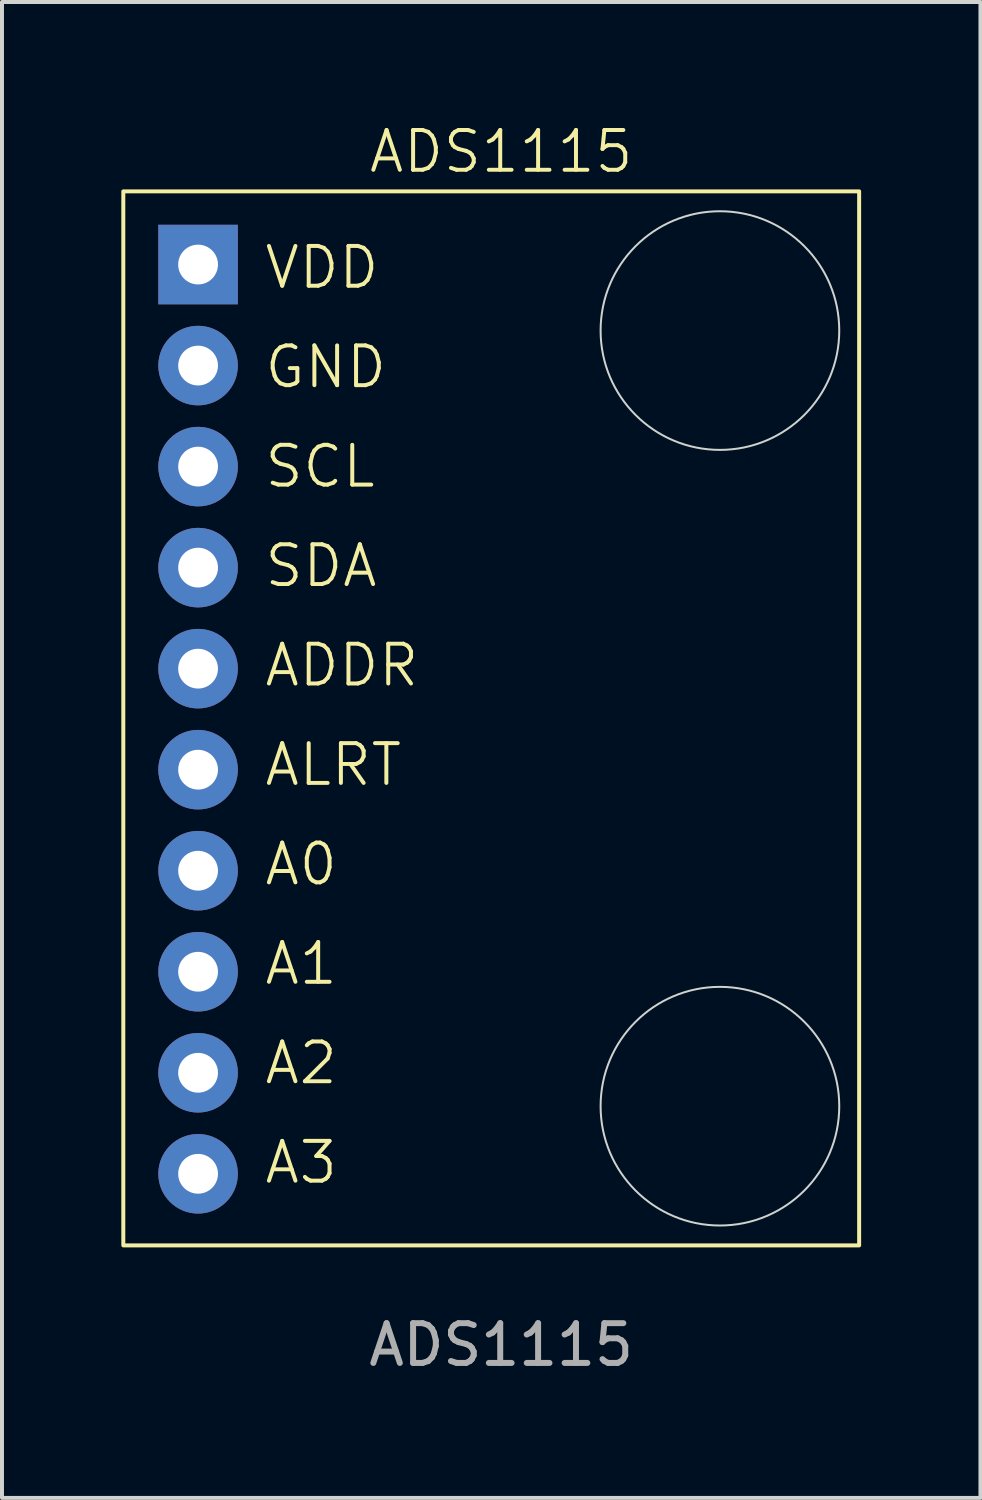
<source format=kicad_pcb>
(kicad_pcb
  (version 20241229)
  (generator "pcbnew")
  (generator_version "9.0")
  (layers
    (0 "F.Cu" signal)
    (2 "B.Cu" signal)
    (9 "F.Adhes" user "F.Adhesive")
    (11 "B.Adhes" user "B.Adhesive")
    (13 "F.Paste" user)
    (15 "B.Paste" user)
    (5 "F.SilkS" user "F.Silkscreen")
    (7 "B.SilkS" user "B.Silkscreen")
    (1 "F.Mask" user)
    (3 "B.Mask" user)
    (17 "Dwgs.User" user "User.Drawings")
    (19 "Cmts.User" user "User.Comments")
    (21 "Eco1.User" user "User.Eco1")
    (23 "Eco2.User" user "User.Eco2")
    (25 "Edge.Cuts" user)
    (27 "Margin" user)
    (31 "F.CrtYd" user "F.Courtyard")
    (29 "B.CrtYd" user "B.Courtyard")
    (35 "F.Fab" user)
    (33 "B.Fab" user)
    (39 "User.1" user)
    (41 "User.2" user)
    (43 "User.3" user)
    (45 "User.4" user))
  (footprint "ADS1115"
    (layer "F.Cu")
    (at 9.55 13.761)
    (property "Reference" "ADS1115" (at 0 -13 0) (unlocked yes) (layer "F.SilkS") (effects (font (size 1 1) (thickness 0.1))))
    (attr smd)
    (fp_rect (start -9.5 -12) (end 9 14.5) (stroke (width 0.1) (type default)) (fill no) (layer "F.SilkS"))
    (fp_circle (center 5.5 -8.5) (end 8.5 -8.5) (stroke (width 0.05) (type default)) (fill no) (layer "Edge.Cuts"))
    (fp_circle (center 5.5 11) (end 8.5 11) (stroke (width 0.05) (type default)) (fill no) (layer "Edge.Cuts"))
    (fp_text user "ADDR" (at -6 0.5 0) (unlocked yes) (layer "F.SilkS") (effects (font (size 1 1) (thickness 0.1)) (justify left bottom)))
    (fp_text user "SCL" (at -6 -4.5 0) (unlocked yes) (layer "F.SilkS") (effects (font (size 1 1) (thickness 0.1)) (justify left bottom)))
    (fp_text user "SDA" (at -6 -2 0) (unlocked yes) (layer "F.SilkS") (effects (font (size 1 1) (thickness 0.1)) (justify left bottom)))
    (fp_text user "VDD" (at -6 -9.5 0) (unlocked yes) (layer "F.SilkS") (effects (font (size 1 1) (thickness 0.1)) (justify left bottom)))
    (fp_text user "A2" (at -6 10.5 0) (unlocked yes) (layer "F.SilkS") (effects (font (size 1 1) (thickness 0.1)) (justify left bottom)))
    (fp_text user "A0" (at -6 5.5 0) (unlocked yes) (layer "F.SilkS") (effects (font (size 1 1) (thickness 0.1)) (justify left bottom)))
    (fp_text user "ALRT" (at -6 3 0) (unlocked yes) (layer "F.SilkS") (effects (font (size 1 1) (thickness 0.1)) (justify left bottom)))
    (fp_text user "GND" (at -6 -7 0) (unlocked yes) (layer "F.SilkS") (effects (font (size 1 1) (thickness 0.1)) (justify left bottom)))
    (fp_text user "A1" (at -6 8 0) (unlocked yes) (layer "F.SilkS") (effects (font (size 1 1) (thickness 0.1)) (justify left bottom)))
    (fp_text user "A3" (at -6 13 0) (unlocked yes) (layer "F.SilkS") (effects (font (size 1 1) (thickness 0.1)) (justify left bottom)))
    (fp_text user "${REFERENCE}" (at 0 17 0) (unlocked yes) (layer "F.Fab") (effects (font (size 1 1) (thickness 0.15))))
    (pad "1" thru_hole rect (at -7.62 -10.16) (size 2 2) (drill 1) (layers "*.Cu" "*.Mask"))
    (pad "2" thru_hole circle (at -7.62 -7.62) (size 2 2) (drill 1) (layers "*.Cu" "*.Mask"))
    (pad "3" thru_hole circle (at -7.62 -5.08) (size 2 2) (drill 1) (layers "*.Cu" "*.Mask"))
    (pad "4" thru_hole circle (at -7.62 -2.54) (size 2 2) (drill 1) (layers "*.Cu" "*.Mask"))
    (pad "5" thru_hole circle (at -7.62 0) (size 2 2) (drill 1) (layers "*.Cu" "*.Mask"))
    (pad "6" thru_hole circle (at -7.62 2.54) (size 2 2) (drill 1) (layers "*.Cu" "*.Mask"))
    (pad "7" thru_hole circle (at -7.62 5.08) (size 2 2) (drill 1) (layers "*.Cu" "*.Mask"))
    (pad "8" thru_hole circle (at -7.62 7.62) (size 2 2) (drill 1) (layers "*.Cu" "*.Mask"))
    (pad "9" thru_hole circle (at -7.62 10.16) (size 2 2) (drill 1) (layers "*.Cu" "*.Mask"))
    (pad "10" thru_hole circle (at -7.62 12.7) (size 2 2) (drill 1) (layers "*.Cu" "*.Mask")))
  (gr_rect
    (start -3 -3)
    (end 21.6 34.609)
    (stroke (width 0.1) (type default))
    (fill no)
    (layer "Edge.Cuts")))
</source>
